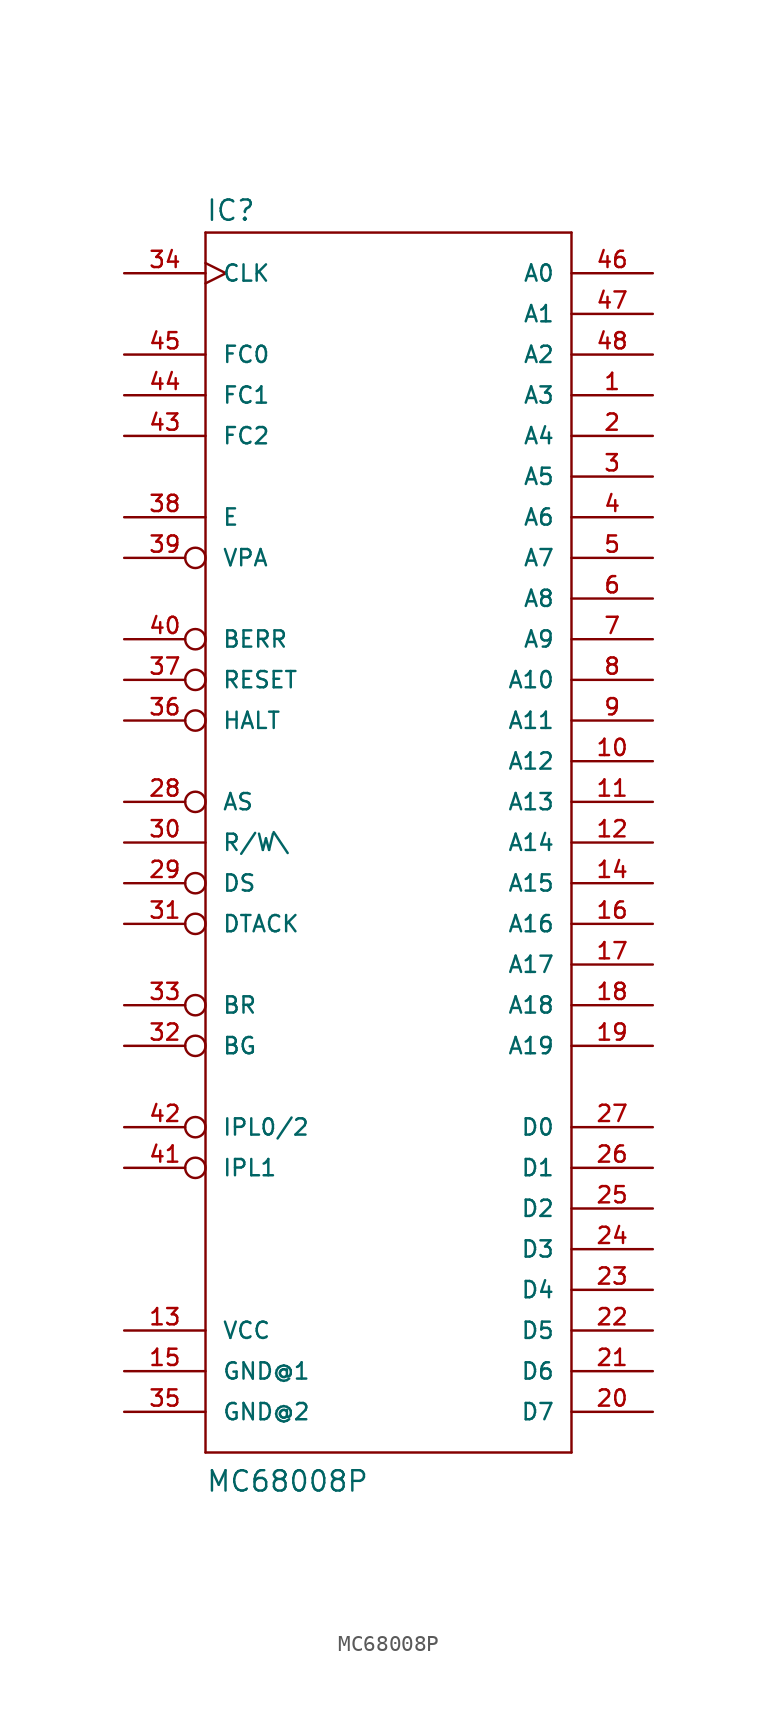
<source format=kicad_sym>
(kicad_symbol_lib
  (version 20220914)
  (generator kicad_symbol_editor)
  (symbol "MC68008P"
    (pin_names
      (offset 1.016))
    (property "Reference" "IC"
      (at -15.24 38.735 0)
      (effects (font (size 1.27 1.27)) (justify left bottom)))
    (property "Value" "MC68008P"
      (at -15.24 -40.64 0)
      (effects (font (size 1.27 1.27)) (justify left bottom)))
    (property "Datasheet" ""
      (at 0 0 0)
      (effects (font (size 1.524 1.524))))
    (property "ki_locked" ""
      (at 0 0 0)
      (effects (font (size 1.27 1.27))))
    (symbol "MC68008P_1_0"
      (polyline (pts (xy -15.24 -38.1) (xy 7.62 -38.1)) (stroke (width 0) (type solid)) (fill (type none)))
      (polyline (pts (xy -15.24 38.1) (xy -15.24 -38.1)) (stroke (width 0) (type solid)) (fill (type none)))
      (polyline (pts (xy 7.62 -38.1) (xy 7.62 38.1)) (stroke (width 0) (type solid)) (fill (type none)))
      (polyline (pts (xy 7.62 38.1) (xy -15.24 38.1)) (stroke (width 0) (type solid)) (fill (type none))))
    (symbol "MC68008P_1_1"
      (pin output line (at 12.7 27.94 180) (length 5.08) (name "A3" (effects (font (size 1.016 1.016)))) (number "1" (effects (font (size 1.016 1.016)))))
      (pin output line (at 12.7 5.08 180) (length 5.08) (name "A12" (effects (font (size 1.016 1.016)))) (number "10" (effects (font (size 1.016 1.016)))))
      (pin output line (at 12.7 2.54 180) (length 5.08) (name "A13" (effects (font (size 1.016 1.016)))) (number "11" (effects (font (size 1.016 1.016)))))
      (pin output line (at 12.7 0 180) (length 5.08) (name "A14" (effects (font (size 1.016 1.016)))) (number "12" (effects (font (size 1.016 1.016)))))
      (pin power_in line (at -20.32 -30.48 0) (length 5.08) (name "VCC" (effects (font (size 1.016 1.016)))) (number "13" (effects (font (size 1.016 1.016)))))
      (pin output line (at 12.7 -2.54 180) (length 5.08) (name "A15" (effects (font (size 1.016 1.016)))) (number "14" (effects (font (size 1.016 1.016)))))
      (pin power_in line (at -20.32 -33.02 0) (length 5.08) (name "GND@1" (effects (font (size 1.016 1.016)))) (number "15" (effects (font (size 1.016 1.016)))))
      (pin output line (at 12.7 -5.08 180) (length 5.08) (name "A16" (effects (font (size 1.016 1.016)))) (number "16" (effects (font (size 1.016 1.016)))))
      (pin output line (at 12.7 -7.62 180) (length 5.08) (name "A17" (effects (font (size 1.016 1.016)))) (number "17" (effects (font (size 1.016 1.016)))))
      (pin output line (at 12.7 -10.16 180) (length 5.08) (name "A18" (effects (font (size 1.016 1.016)))) (number "18" (effects (font (size 1.016 1.016)))))
      (pin output line (at 12.7 -12.7 180) (length 5.08) (name "A19" (effects (font (size 1.016 1.016)))) (number "19" (effects (font (size 1.016 1.016)))))
      (pin output line (at 12.7 25.4 180) (length 5.08) (name "A4" (effects (font (size 1.016 1.016)))) (number "2" (effects (font (size 1.016 1.016)))))
      (pin bidirectional line (at 12.7 -35.56 180) (length 5.08) (name "D7" (effects (font (size 1.016 1.016)))) (number "20" (effects (font (size 1.016 1.016)))))
      (pin bidirectional line (at 12.7 -33.02 180) (length 5.08) (name "D6" (effects (font (size 1.016 1.016)))) (number "21" (effects (font (size 1.016 1.016)))))
      (pin bidirectional line (at 12.7 -30.48 180) (length 5.08) (name "D5" (effects (font (size 1.016 1.016)))) (number "22" (effects (font (size 1.016 1.016)))))
      (pin bidirectional line (at 12.7 -27.94 180) (length 5.08) (name "D4" (effects (font (size 1.016 1.016)))) (number "23" (effects (font (size 1.016 1.016)))))
      (pin bidirectional line (at 12.7 -25.4 180) (length 5.08) (name "D3" (effects (font (size 1.016 1.016)))) (number "24" (effects (font (size 1.016 1.016)))))
      (pin bidirectional line (at 12.7 -22.86 180) (length 5.08) (name "D2" (effects (font (size 1.016 1.016)))) (number "25" (effects (font (size 1.016 1.016)))))
      (pin bidirectional line (at 12.7 -20.32 180) (length 5.08) (name "D1" (effects (font (size 1.016 1.016)))) (number "26" (effects (font (size 1.016 1.016)))))
      (pin bidirectional line (at 12.7 -17.78 180) (length 5.08) (name "D0" (effects (font (size 1.016 1.016)))) (number "27" (effects (font (size 1.016 1.016)))))
      (pin output inverted (at -20.32 2.54 0) (length 5.08) (name "AS" (effects (font (size 1.016 1.016)))) (number "28" (effects (font (size 1.016 1.016)))))
      (pin output inverted (at -20.32 -2.54 0) (length 5.08) (name "DS" (effects (font (size 1.016 1.016)))) (number "29" (effects (font (size 1.016 1.016)))))
      (pin output line (at 12.7 22.86 180) (length 5.08) (name "A5" (effects (font (size 1.016 1.016)))) (number "3" (effects (font (size 1.016 1.016)))))
      (pin output line (at -20.32 0 0) (length 5.08) (name "R/W\\" (effects (font (size 1.016 1.016)))) (number "30" (effects (font (size 1.016 1.016)))))
      (pin input inverted (at -20.32 -5.08 0) (length 5.08) (name "DTACK" (effects (font (size 1.016 1.016)))) (number "31" (effects (font (size 1.016 1.016)))))
      (pin output inverted (at -20.32 -12.7 0) (length 5.08) (name "BG" (effects (font (size 1.016 1.016)))) (number "32" (effects (font (size 1.016 1.016)))))
      (pin input inverted (at -20.32 -10.16 0) (length 5.08) (name "BR" (effects (font (size 1.016 1.016)))) (number "33" (effects (font (size 1.016 1.016)))))
      (pin input clock (at -20.32 35.56 0) (length 5.08) (name "CLK" (effects (font (size 1.016 1.016)))) (number "34" (effects (font (size 1.016 1.016)))))
      (pin power_in line (at -20.32 -35.56 0) (length 5.08) (name "GND@2" (effects (font (size 1.016 1.016)))) (number "35" (effects (font (size 1.016 1.016)))))
      (pin bidirectional inverted (at -20.32 7.62 0) (length 5.08) (name "HALT" (effects (font (size 1.016 1.016)))) (number "36" (effects (font (size 1.016 1.016)))))
      (pin bidirectional inverted (at -20.32 10.16 0) (length 5.08) (name "RESET" (effects (font (size 1.016 1.016)))) (number "37" (effects (font (size 1.016 1.016)))))
      (pin output line (at -20.32 20.32 0) (length 5.08) (name "E" (effects (font (size 1.016 1.016)))) (number "38" (effects (font (size 1.016 1.016)))))
      (pin input inverted (at -20.32 17.78 0) (length 5.08) (name "VPA" (effects (font (size 1.016 1.016)))) (number "39" (effects (font (size 1.016 1.016)))))
      (pin output line (at 12.7 20.32 180) (length 5.08) (name "A6" (effects (font (size 1.016 1.016)))) (number "4" (effects (font (size 1.016 1.016)))))
      (pin input inverted (at -20.32 12.7 0) (length 5.08) (name "BERR" (effects (font (size 1.016 1.016)))) (number "40" (effects (font (size 1.016 1.016)))))
      (pin input inverted (at -20.32 -20.32 0) (length 5.08) (name "IPL1" (effects (font (size 1.016 1.016)))) (number "41" (effects (font (size 1.016 1.016)))))
      (pin input inverted (at -20.32 -17.78 0) (length 5.08) (name "IPL0/2" (effects (font (size 1.016 1.016)))) (number "42" (effects (font (size 1.016 1.016)))))
      (pin output line (at -20.32 25.4 0) (length 5.08) (name "FC2" (effects (font (size 1.016 1.016)))) (number "43" (effects (font (size 1.016 1.016)))))
      (pin output line (at -20.32 27.94 0) (length 5.08) (name "FC1" (effects (font (size 1.016 1.016)))) (number "44" (effects (font (size 1.016 1.016)))))
      (pin output line (at -20.32 30.48 0) (length 5.08) (name "FC0" (effects (font (size 1.016 1.016)))) (number "45" (effects (font (size 1.016 1.016)))))
      (pin output line (at 12.7 35.56 180) (length 5.08) (name "A0" (effects (font (size 1.016 1.016)))) (number "46" (effects (font (size 1.016 1.016)))))
      (pin output line (at 12.7 33.02 180) (length 5.08) (name "A1" (effects (font (size 1.016 1.016)))) (number "47" (effects (font (size 1.016 1.016)))))
      (pin output line (at 12.7 30.48 180) (length 5.08) (name "A2" (effects (font (size 1.016 1.016)))) (number "48" (effects (font (size 1.016 1.016)))))
      (pin output line (at 12.7 17.78 180) (length 5.08) (name "A7" (effects (font (size 1.016 1.016)))) (number "5" (effects (font (size 1.016 1.016)))))
      (pin output line (at 12.7 15.24 180) (length 5.08) (name "A8" (effects (font (size 1.016 1.016)))) (number "6" (effects (font (size 1.016 1.016)))))
      (pin output line (at 12.7 12.7 180) (length 5.08) (name "A9" (effects (font (size 1.016 1.016)))) (number "7" (effects (font (size 1.016 1.016)))))
      (pin output line (at 12.7 10.16 180) (length 5.08) (name "A10" (effects (font (size 1.016 1.016)))) (number "8" (effects (font (size 1.016 1.016)))))
      (pin output line (at 12.7 7.62 180) (length 5.08) (name "A11" (effects (font (size 1.016 1.016)))) (number "9" (effects (font (size 1.016 1.016))))))))
</source>
